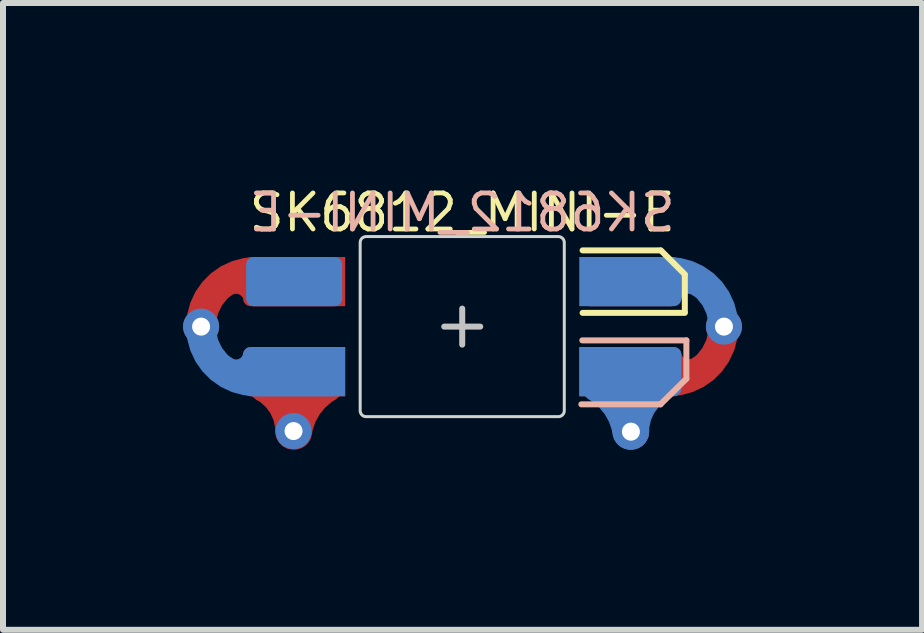
<source format=kicad_pcb>
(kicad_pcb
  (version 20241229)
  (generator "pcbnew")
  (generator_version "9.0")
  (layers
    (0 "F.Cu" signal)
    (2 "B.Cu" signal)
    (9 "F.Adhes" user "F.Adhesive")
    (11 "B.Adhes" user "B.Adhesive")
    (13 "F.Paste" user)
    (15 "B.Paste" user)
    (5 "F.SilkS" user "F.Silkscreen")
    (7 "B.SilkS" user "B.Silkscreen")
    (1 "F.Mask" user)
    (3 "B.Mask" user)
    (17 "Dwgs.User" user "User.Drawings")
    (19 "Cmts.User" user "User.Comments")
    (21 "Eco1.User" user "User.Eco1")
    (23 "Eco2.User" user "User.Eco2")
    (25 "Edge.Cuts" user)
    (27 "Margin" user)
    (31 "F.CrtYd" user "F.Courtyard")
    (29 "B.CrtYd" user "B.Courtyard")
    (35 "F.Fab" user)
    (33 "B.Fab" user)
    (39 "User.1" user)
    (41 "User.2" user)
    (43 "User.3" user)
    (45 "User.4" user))
  (footprint "SK6812_MINI-E"
    (layer "F.Cu")
    (at 4.65 2.391)
    (property "Reference" "SK6812_MINI-E" (at 0 -1.9 0) (layer "B.SilkS") (effects (font (size 0.6 0.6) (thickness 0.08)) (justify mirror)))
    (attr smd)
    (fp_line (start 2.005 -1.27) (end 3.295 -1.27) (stroke (width 0.1) (type solid)) (layer "F.SilkS"))
    (fp_line (start 3.309 -1.27) (end 3.708 -0.871) (stroke (width 0.1) (type default)) (layer "F.SilkS"))
    (fp_line (start 3.708 -0.858) (end 3.708 -0.245) (stroke (width 0.1) (type default)) (layer "F.SilkS"))
    (fp_line (start 3.708 -0.229) (end 2.005 -0.229) (stroke (width 0.1) (type solid)) (layer "F.SilkS"))
    (fp_line (start 1.984 1.295) (end 3.302 1.295) (stroke (width 0.1) (type solid)) (layer "B.SilkS"))
    (fp_line (start 3.302 1.295) (end 3.734 0.868) (stroke (width 0.1) (type default)) (layer "B.SilkS"))
    (fp_line (start 3.734 0.229) (end 2 0.229) (stroke (width 0.1) (type solid)) (layer "B.SilkS"))
    (fp_line (start 3.734 0.868) (end 3.734 0.229) (stroke (width 0.1) (type default)) (layer "B.SilkS"))
    (fp_line (start 0 0.3) (end 0 -0.3) (stroke (width 0.1) (type solid)) (layer "Dwgs.User"))
    (fp_line (start 0.3 0) (end -0.3 0) (stroke (width 0.1) (type solid)) (layer "Dwgs.User"))
    (fp_poly (pts (arc (start 1.7 1.4) (mid 1.670711 1.470711) (end 1.6 1.5)) (arc (start -1.6 1.5) (mid -1.670711 1.470711) (end -1.7 1.4)) (arc (start -1.7 -1.4) (mid -1.670711 -1.470711) (end -1.6 -1.5)) (arc (start 1.6 -1.5) (mid 1.670711 -1.470711) (end 1.7 -1.4))) (stroke (width 0.05) (type solid)) (fill no) (layer "Edge.Cuts"))
    (fp_poly (pts (arc (start 1.7 1.4) (mid 1.670711 1.470711) (end 1.6 1.5)) (arc (start -1.6 1.5) (mid -1.670711 1.470711) (end -1.7 1.4)) (arc (start -1.7 -1.4) (mid -1.670711 -1.470711) (end -1.6 -1.5)) (arc (start 1.6 -1.5) (mid 1.670711 -1.470711) (end 1.7 -1.4))) (stroke (width 0.05) (type solid)) (fill no) (layer "User.9"))
    (fp_poly (pts (arc (start 1.7 1.4) (mid 1.670711 1.470711) (end 1.6 1.5)) (arc (start -1.6 1.5) (mid -1.670711 1.470711) (end -1.7 1.4)) (arc (start -1.7 -1.4) (mid -1.670711 -1.470711) (end -1.6 -1.5)) (arc (start 1.6 -1.5) (mid 1.670711 -1.470711) (end 1.7 -1.4))) (stroke (width 0.05) (type solid)) (fill no) (layer "User.10"))
    (fp_text user "${REFERENCE}" (at 0 -1.9 0) (layer "F.SilkS") (effects (font (size 0.6 0.6) (thickness 0.08))))
    (pad "1" smd roundrect (at 2.8 -0.75) (size 1.6 0.82) (layers "F.Cu" "F.Mask" "F.Paste") (roundrect_rratio 0.15) (chamfer_ratio 0.4) (chamfer top_right))
    (pad "1" smd custom (at 2.8 0.75) (size 0.82 0.82) (layers "B.Cu") (options (anchor circle)) (primitives (gr_arc (start -0.535033 0.208807) (mid -0.178867 0.544455) (end -0.000001 1) (width 0.6)) (gr_arc (start 0.015717 1.000025) (mid 0.140375 0.541846) (end 0.48 0.21) (width 0.6)) (gr_line (start 0 -0.01) (end 0 1) (width 0.6)) (gr_poly (pts (xy 0.85 0.287) (xy 0.841 0.334) (xy 0.814 0.374) (xy 0.774 0.401) (xy 0.727 0.41) (xy -0.85 0.41) (xy -0.85 -0.41) (xy 0.727 -0.41) (xy 0.774 -0.401) (xy 0.814 -0.374) (xy 0.841 -0.334) (xy 0.85 -0.287)) (width 0) (fill yes))))
    (pad "1" smd roundrect (at 2.8 0.75) (size 1.6 0.82) (layers "B.Cu" "B.Mask" "B.Paste") (roundrect_rratio 0.15) (chamfer_ratio 0.4) (chamfer bottom_right))
    (pad "1" thru_hole circle (at 2.81 1.75 180) (size 0.6 0.6) (drill 0.3) (layers "*.Cu"))
    (pad "2" smd custom (at 2.8 -0.75 180) (size 0.82 0.82) (layers "B.Cu") (options (anchor circle)) (primitives (gr_poly (pts (xy 0.85 -0.41) (xy -0.727 -0.41) (xy -0.774 -0.401) (xy -0.814 -0.374) (xy -0.841 -0.334) (xy -0.85 -0.287) (xy -0.85 0.287) (xy -0.841 0.334) (xy -0.814 0.374) (xy -0.774 0.401) (xy -0.727 0.41) (xy 0.85 0.41)) (width 0) (fill yes)) (gr_arc (start -0.778482 -0.289144) (mid -0.899992 -0.139997) (end -1.088917 -0.176284) (width 0.15)) (gr_arc (start -0.64 0.159999) (mid -1.283467 -0.106534) (end -1.55 -0.750001) (width 0.5))))
    (pad "2" smd roundrect (at 2.8 -0.75) (size 1.6 0.82) (layers "B.Cu" "B.Mask" "B.Paste") (roundrect_rratio 0.15))
    (pad "2" smd custom (at 2.8 0.75) (size 0.82 0.82) (layers "F.Cu") (options (anchor circle)) (primitives (gr_poly (pts (xy -0.85 -0.41) (xy 0.727 -0.41) (xy 0.774 -0.401) (xy 0.814 -0.374) (xy 0.841 -0.334) (xy 0.85 -0.287) (xy 0.85 0.287) (xy 0.841 0.334) (xy 0.814 0.374) (xy 0.774 0.401) (xy 0.727 0.41) (xy -0.85 0.41)) (width 0) (fill yes)) (gr_arc (start 1.088917 -0.176284) (mid 0.899992 -0.139997) (end 0.778482 -0.289144) (width 0.15)) (gr_arc (start 1.55 -0.750001) (mid 1.283467 -0.106534) (end 0.64 0.159999) (width 0.5))))
    (pad "2" smd roundrect (at 2.8 0.75) (size 1.6 0.82) (layers "F.Cu" "F.Mask" "F.Paste") (roundrect_rratio 0.15))
    (pad "2" thru_hole circle (at 4.36 0 180) (size 0.6 0.6) (drill 0.3) (layers "*.Cu"))
    (pad "3" thru_hole circle (at -2.81 1.74 180) (size 0.6 0.6) (drill 0.3) (layers "*.Cu"))
    (pad "3" smd roundrect (at -2.8 -0.75) (size 1.6 0.82) (layers "B.Cu" "B.Mask" "B.Paste") (roundrect_rratio 0.15))
    (pad "3" smd custom (at -2.8 0.75 180) (size 0.82 0.82) (layers "F.Cu") (options (anchor circle)) (primitives (gr_arc (start -0.000001 -1) (mid -0.178867 -0.544455) (end -0.535033 -0.208807) (width 0.6)) (gr_arc (start 0.48 -0.21) (mid 0.140375 -0.541846) (end 0.015717 -1.000025) (width 0.6)) (gr_line (start 0 0.01) (end 0 -1) (width 0.6)) (gr_poly (pts (xy 0.85 -0.287) (xy 0.841 -0.334) (xy 0.814 -0.374) (xy 0.774 -0.401) (xy 0.727 -0.41) (xy -0.85 -0.41) (xy -0.85 0.41) (xy 0.727 0.41) (xy 0.774 0.401) (xy 0.814 0.374) (xy 0.841 0.334) (xy 0.85 0.287)) (width 0) (fill yes))))
    (pad "3" smd roundrect (at -2.8 0.75) (size 1.6 0.82) (layers "F.Cu" "F.Mask" "F.Paste") (roundrect_rratio 0.15))
    (pad "4" thru_hole circle (at -4.35 0.000001 180) (size 0.6 0.6) (drill 0.3) (layers "*.Cu"))
    (pad "4" smd custom (at -2.8 -0.75 180) (size 0.82 0.82) (layers "F.Cu") (options (anchor circle)) (primitives (gr_poly (pts (xy 0.85 -0.287) (xy 0.841 -0.334) (xy 0.814 -0.374) (xy 0.774 -0.401) (xy 0.727 -0.41) (xy -0.85 -0.41) (xy -0.85 0.41) (xy 0.727 0.41) (xy 0.774 0.401) (xy 0.814 0.374) (xy 0.841 0.334) (xy 0.85 0.287)) (width 0) (fill yes)) (gr_arc (start 1.55 -0.749999) (mid 1.283467 -0.106532) (end 0.64 0.16) (width 0.5)) (gr_arc (start 1.101823 -0.182277) (mid 0.902748 -0.140006) (end 0.770001 -0.294265) (width 0.15))))
    (pad "4" smd roundrect (at -2.8 -0.75) (size 1.6 0.82) (layers "F.Cu" "F.Mask" "F.Paste") (roundrect_rratio 0.15))
    (pad "4" smd custom (at -2.8 0.75) (size 0.82 0.82) (layers "B.Cu") (options (anchor circle)) (primitives (gr_poly (pts (xy 0.85 -0.41) (xy -0.727 -0.41) (xy -0.774 -0.401) (xy -0.814 -0.374) (xy -0.841 -0.334) (xy -0.85 -0.287) (xy -0.85 0.287) (xy -0.841 0.334) (xy -0.814 0.374) (xy -0.774 0.401) (xy -0.727 0.41) (xy 0.85 0.41)) (width 0) (fill yes)) (gr_arc (start -0.778482 -0.289144) (mid -0.899992 -0.139997) (end -1.088917 -0.176284) (width 0.15)) (gr_arc (start -0.64 0.159999) (mid -1.283467 -0.106534) (end -1.55 -0.750001) (width 0.5))))
    (pad "4" smd roundrect (at -2.8 0.75) (size 1.6 0.82) (layers "B.Cu" "B.Mask" "B.Paste") (roundrect_rratio 0.15)))
  (gr_rect
    (start -3 -3)
    (end 12.31 7.441)
    (stroke (width 0.1) (type default))
    (fill no)
    (layer "Edge.Cuts")))
</source>
